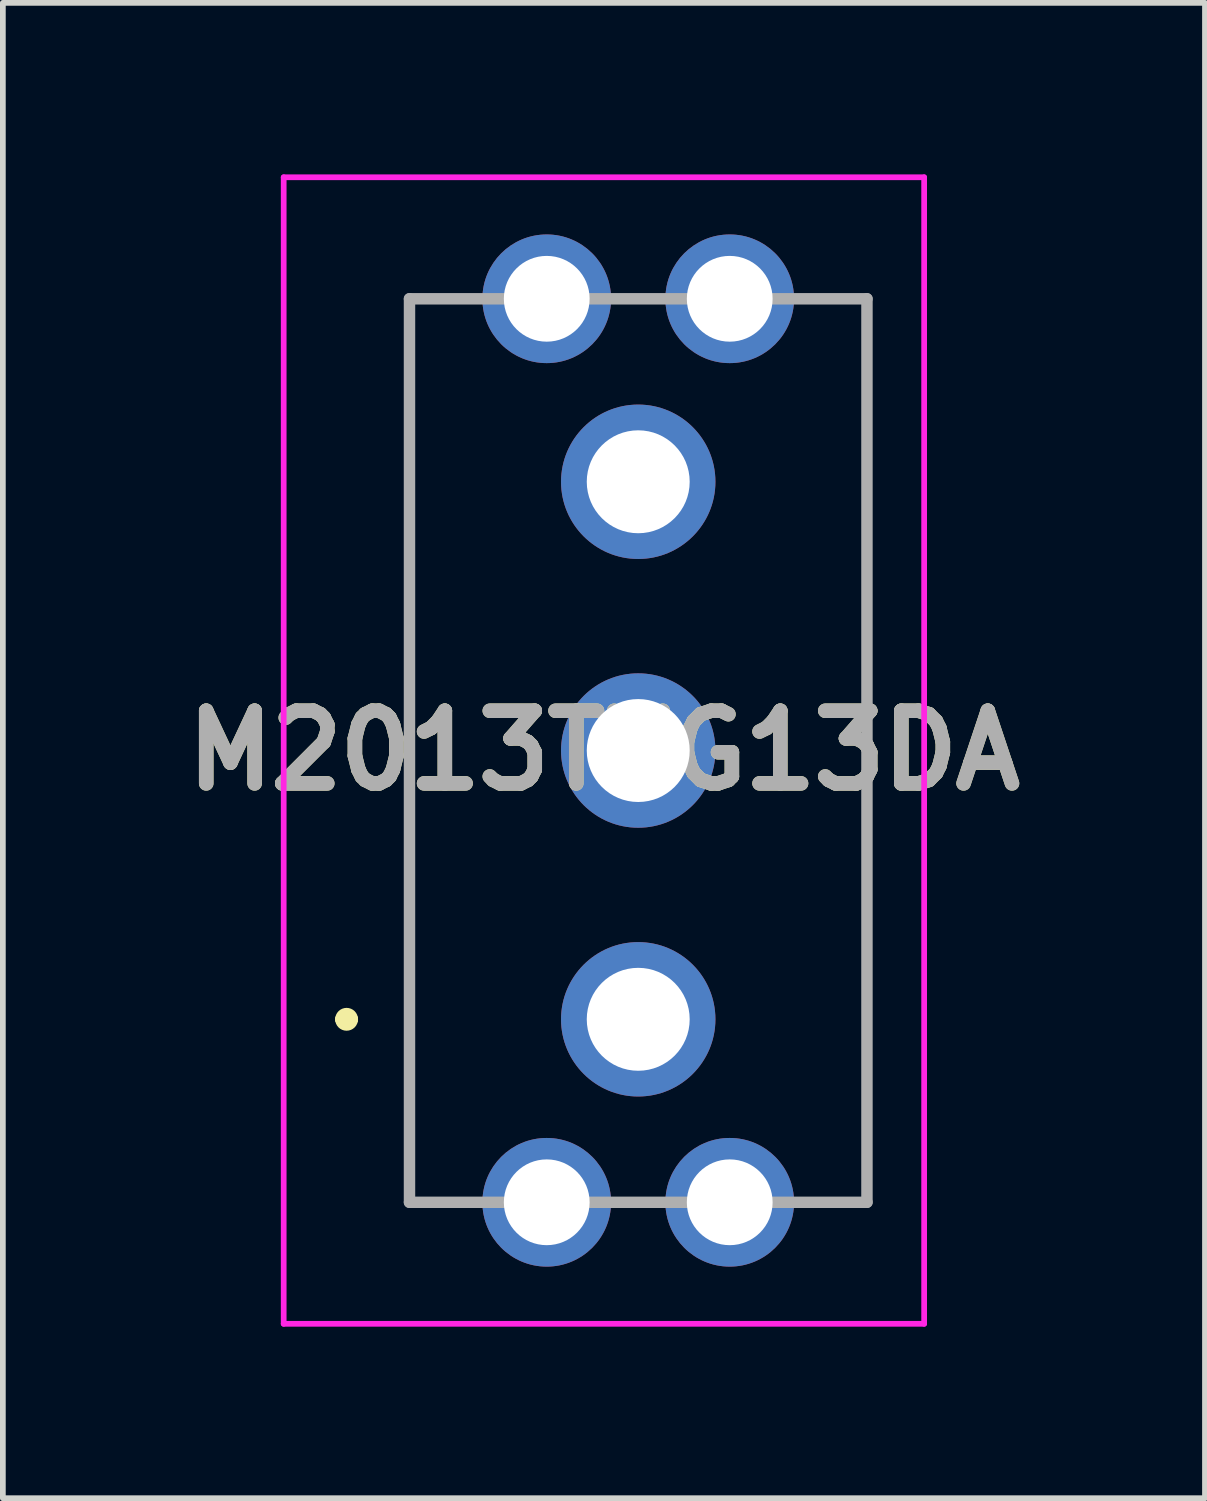
<source format=kicad_pcb>
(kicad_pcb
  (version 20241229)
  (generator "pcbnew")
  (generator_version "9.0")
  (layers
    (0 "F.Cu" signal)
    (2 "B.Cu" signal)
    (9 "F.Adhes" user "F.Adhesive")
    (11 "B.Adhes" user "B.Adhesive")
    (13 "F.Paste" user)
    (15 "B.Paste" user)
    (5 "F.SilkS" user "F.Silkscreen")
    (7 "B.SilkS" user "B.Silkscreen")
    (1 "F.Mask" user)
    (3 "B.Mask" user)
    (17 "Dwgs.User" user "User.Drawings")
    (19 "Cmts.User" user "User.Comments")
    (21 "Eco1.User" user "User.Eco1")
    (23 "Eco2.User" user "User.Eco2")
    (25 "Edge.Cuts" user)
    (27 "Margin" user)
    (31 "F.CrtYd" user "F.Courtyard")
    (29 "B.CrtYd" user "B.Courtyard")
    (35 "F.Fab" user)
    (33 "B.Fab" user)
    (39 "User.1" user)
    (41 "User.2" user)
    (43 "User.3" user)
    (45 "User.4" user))
  (footprint "M2013TXG13DA"
    (layer "F.Cu")
    (at 4.111 17.975)
    (property "Reference" "M2013TXG13DA" (at 3.4 -7.9 0) (layer "F.SilkS") (effects (font (size 1.27 1.27) (thickness 0.254))))
    (attr through_hole)
    (fp_line (start -1.2 -3.2) (end -1.2 -3.2) (stroke (width 0.2) (type solid)) (layer "F.SilkS"))
    (fp_line (start -1 -3.2) (end -1 -3.2) (stroke (width 0.2) (type solid)) (layer "F.SilkS"))
    (fp_line (start 0 -15.8) (end 0 0) (stroke (width 0.1) (type solid)) (layer "F.SilkS"))
    (fp_line (start 8 -15.8) (end 8 0) (stroke (width 0.1) (type solid)) (layer "F.SilkS"))
    (fp_arc (start -1.2 -3.2) (mid -1.1 -3.3) (end -1 -3.2) (stroke (width 0.2) (type solid)) (layer "F.SilkS"))
    (fp_arc (start -1 -3.2) (mid -1.1 -3.1) (end -1.2 -3.2) (stroke (width 0.2) (type solid)) (layer "F.SilkS"))
    (fp_line (start -2.2 -17.925) (end 9 -17.925) (stroke (width 0.1) (type solid)) (layer "F.CrtYd"))
    (fp_line (start -2.2 2.125) (end -2.2 -17.925) (stroke (width 0.1) (type solid)) (layer "F.CrtYd"))
    (fp_line (start 9 -17.925) (end 9 2.125) (stroke (width 0.1) (type solid)) (layer "F.CrtYd"))
    (fp_line (start 9 2.125) (end -2.2 2.125) (stroke (width 0.1) (type solid)) (layer "F.CrtYd"))
    (fp_line (start 0 -15.8) (end 8 -15.8) (stroke (width 0.2) (type solid)) (layer "F.Fab"))
    (fp_line (start 0 0) (end 0 -15.8) (stroke (width 0.2) (type solid)) (layer "F.Fab"))
    (fp_line (start 8 -15.8) (end 8 0) (stroke (width 0.2) (type solid)) (layer "F.Fab"))
    (fp_line (start 8 0) (end 0 0) (stroke (width 0.2) (type solid)) (layer "F.Fab"))
    (fp_text user "${REFERENCE}" (at 3.4 -7.9 0) (layer "F.Fab") (effects (font (size 1.27 1.27) (thickness 0.254))))
    (pad "2" thru_hole circle (at 4 -7.9) (size 2.7 2.7) (drill 1.8) (layers "*.Cu" "*.Mask"))
    (pad "LEFT" thru_hole circle (at 4 -3.2) (size 2.7 2.7) (drill 1.8) (layers "*.Cu" "*.Mask"))
    (pad "RIGHT" thru_hole circle (at 4 -12.6) (size 2.7 2.7) (drill 1.8) (layers "*.Cu" "*.Mask"))
    (pad "SH1" thru_hole circle (at 2.4 0) (size 2.25 2.25) (drill 1.5) (layers "*.Cu" "*.Mask"))
    (pad "SH2" thru_hole circle (at 5.6 0) (size 2.25 2.25) (drill 1.5) (layers "*.Cu" "*.Mask"))
    (pad "SH3" thru_hole circle (at 5.6 -15.8) (size 2.25 2.25) (drill 1.5) (layers "*.Cu" "*.Mask"))
    (pad "SH4" thru_hole circle (at 2.4 -15.8) (size 2.25 2.25) (drill 1.5) (layers "*.Cu" "*.Mask")))
  (gr_rect
    (start -3 -3)
    (end 18.022 23.15)
    (stroke (width 0.1) (type default))
    (fill no)
    (layer "Edge.Cuts")))
</source>
